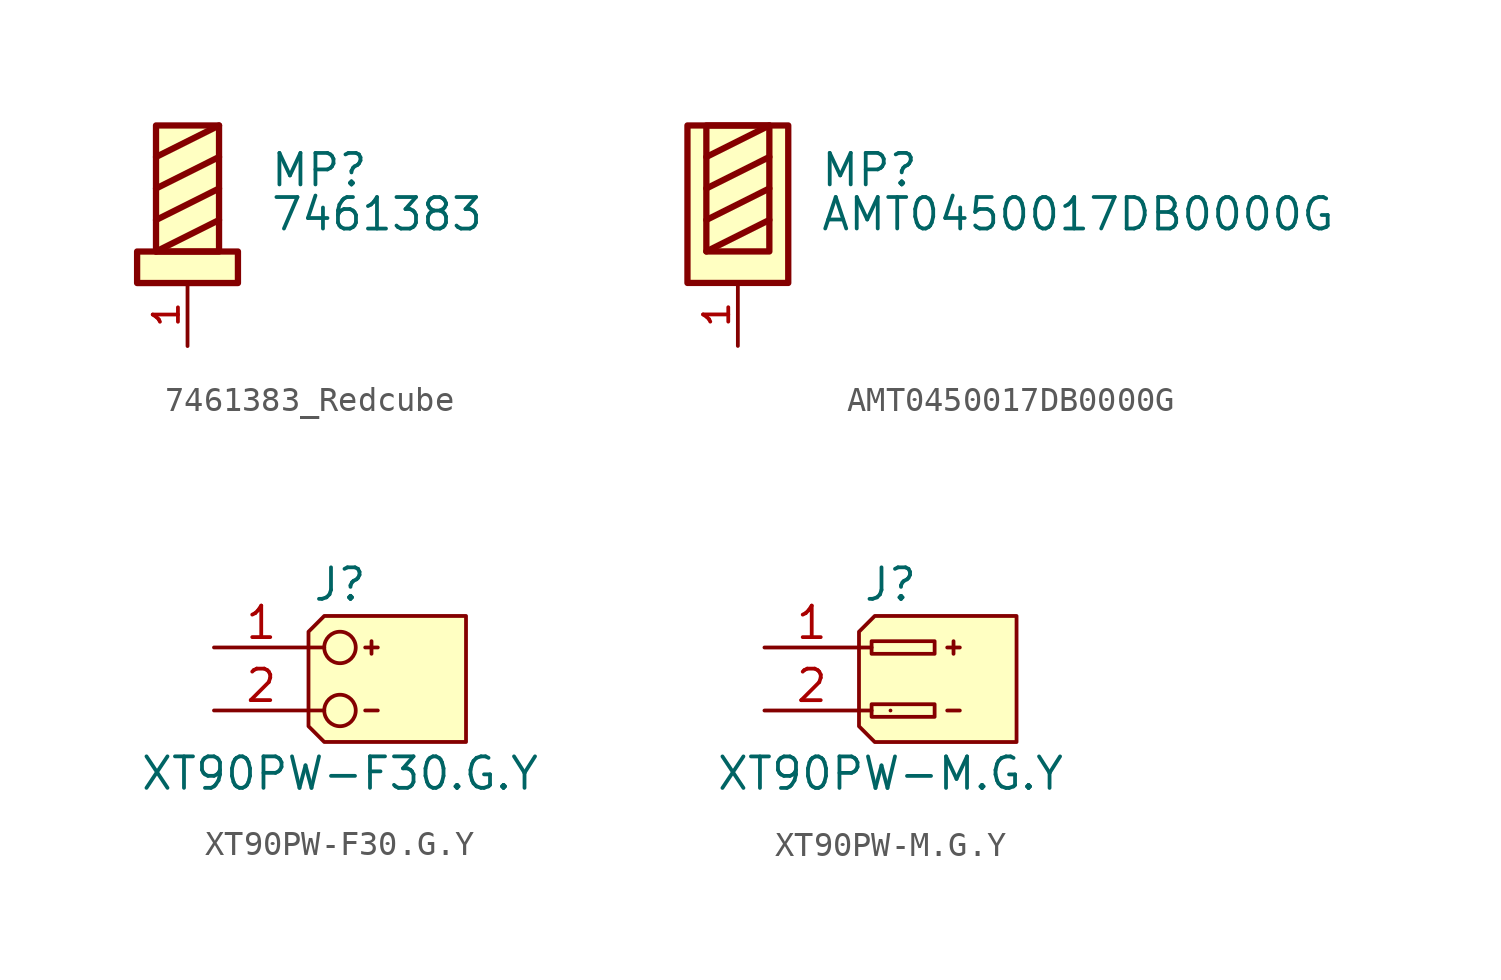
<source format=kicad_sym>
(kicad_symbol_lib
  (version 20241209)
  (generator "kicad_symbol_editor")
  (generator_version "9.0")
  (symbol "7461383_Redcube"
    (pin_names
      (offset 1.016))
    (property "Reference" "MP"
      (at 3.302 1.27 0)
      (effects (font (size 1.27 1.27)) (justify left bottom)))
    (property "Value" "7461383"
      (at 3.302 -0.508 0)
      (effects (font (size 1.27 1.27)) (justify left bottom)))
    (symbol "7461383_Redcube_0_0"
      (rectangle (start -2.032 -1.27) (end 2.032 -2.54) (stroke (width 0.254) (type default)) (fill (type background)))
      (rectangle (start -1.27 3.81) (end 1.27 -1.27) (stroke (width 0.254) (type default)) (fill (type background)))
      (polyline (pts (xy 1.27 3.81) (xy -1.27 2.54)) (stroke (width 0.254) (type default)) (fill (type none)))
      (polyline (pts (xy 1.27 2.54) (xy -1.27 1.27)) (stroke (width 0.254) (type default)) (fill (type none)))
      (polyline (pts (xy 1.27 1.27) (xy -1.27 0)) (stroke (width 0.254) (type default)) (fill (type none)))
      (polyline (pts (xy 1.27 0) (xy -1.27 -1.27)) (stroke (width 0.254) (type default)) (fill (type none)))
      (pin passive line (at 0 -5.08 90) (length 2.54) (name "~" (effects (font (size 1.016 1.016)))) (number "1" (effects (font (size 1.016 1.016)))))
      (pin passive line (at 0 -5.08 90) (length 2.54) (hide yes) (name "~" (effects (font (size 1.016 1.016)))) (number "10" (effects (font (size 1.016 1.016)))))
      (pin passive line (at 0 -5.08 90) (length 2.54) (hide yes) (name "~" (effects (font (size 1.016 1.016)))) (number "11" (effects (font (size 1.016 1.016)))))
      (pin passive line (at 0 -5.08 90) (length 2.54) (hide yes) (name "~" (effects (font (size 1.016 1.016)))) (number "12" (effects (font (size 1.016 1.016)))))
      (pin passive line (at 0 -5.08 90) (length 2.54) (hide yes) (name "~" (effects (font (size 1.016 1.016)))) (number "13" (effects (font (size 1.016 1.016)))))
      (pin passive line (at 0 -5.08 90) (length 2.54) (hide yes) (name "~" (effects (font (size 1.016 1.016)))) (number "14" (effects (font (size 1.016 1.016)))))
      (pin passive line (at 0 -5.08 90) (length 2.54) (hide yes) (name "~" (effects (font (size 1.016 1.016)))) (number "15" (effects (font (size 1.016 1.016)))))
      (pin passive line (at 0 -5.08 90) (length 2.54) (hide yes) (name "~" (effects (font (size 1.016 1.016)))) (number "16" (effects (font (size 1.016 1.016)))))
      (pin passive line (at 0 -5.08 90) (length 2.54) (hide yes) (name "~" (effects (font (size 1.016 1.016)))) (number "2" (effects (font (size 1.016 1.016)))))
      (pin passive line (at 0 -5.08 90) (length 2.54) (hide yes) (name "~" (effects (font (size 1.016 1.016)))) (number "3" (effects (font (size 1.016 1.016)))))
      (pin passive line (at 0 -5.08 90) (length 2.54) (hide yes) (name "~" (effects (font (size 1.016 1.016)))) (number "4" (effects (font (size 1.016 1.016)))))
      (pin passive line (at 0 -5.08 90) (length 2.54) (hide yes) (name "~" (effects (font (size 1.016 1.016)))) (number "5" (effects (font (size 1.016 1.016)))))
      (pin passive line (at 0 -5.08 90) (length 2.54) (hide yes) (name "~" (effects (font (size 1.016 1.016)))) (number "6" (effects (font (size 1.016 1.016)))))
      (pin passive line (at 0 -5.08 90) (length 2.54) (hide yes) (name "~" (effects (font (size 1.016 1.016)))) (number "7" (effects (font (size 1.016 1.016)))))
      (pin passive line (at 0 -5.08 90) (length 2.54) (hide yes) (name "~" (effects (font (size 1.016 1.016)))) (number "8" (effects (font (size 1.016 1.016)))))
      (pin passive line (at 0 -5.08 90) (length 2.54) (hide yes) (name "~" (effects (font (size 1.016 1.016)))) (number "9" (effects (font (size 1.016 1.016)))))))
  (symbol "AMT0450017DB0000G"
    (pin_names
      (offset 1.016))
    (property "Reference" "MP"
      (at 3.302 1.27 0)
      (effects (font (size 1.27 1.27)) (justify left bottom)))
    (property "Value" "AMT0450017DB0000G"
      (at 3.302 -0.508 0)
      (effects (font (size 1.27 1.27)) (justify left bottom)))
    (symbol "AMT0450017DB0000G_0_0"
      (rectangle (start -2.032 3.81) (end 2.032 -2.54) (stroke (width 0.254) (type default)) (fill (type background)))
      (rectangle (start -1.27 3.81) (end 1.27 -1.27) (stroke (width 0.254) (type default)) (fill (type background)))
      (polyline (pts (xy 1.27 3.81) (xy -1.27 2.54)) (stroke (width 0.254) (type default)) (fill (type none)))
      (polyline (pts (xy 1.27 2.54) (xy -1.27 1.27)) (stroke (width 0.254) (type default)) (fill (type none)))
      (polyline (pts (xy 1.27 1.27) (xy -1.27 0)) (stroke (width 0.254) (type default)) (fill (type none)))
      (polyline (pts (xy 1.27 0) (xy -1.27 -1.27)) (stroke (width 0.254) (type default)) (fill (type none)))
      (pin passive line (at 0 -5.08 90) (length 2.54) (name "~" (effects (font (size 1.016 1.016)))) (number "1" (effects (font (size 1.016 1.016)))))
      (pin passive line (at 0 -5.08 90) (length 2.54) (hide yes) (name "~" (effects (font (size 1.016 1.016)))) (number "10" (effects (font (size 1.016 1.016)))))
      (pin passive line (at 0 -5.08 90) (length 2.54) (hide yes) (name "~" (effects (font (size 1.016 1.016)))) (number "11" (effects (font (size 1.016 1.016)))))
      (pin passive line (at 0 -5.08 90) (length 2.54) (hide yes) (name "~" (effects (font (size 1.016 1.016)))) (number "12" (effects (font (size 1.016 1.016)))))
      (pin passive line (at 0 -5.08 90) (length 2.54) (hide yes) (name "~" (effects (font (size 1.016 1.016)))) (number "13" (effects (font (size 1.016 1.016)))))
      (pin passive line (at 0 -5.08 90) (length 2.54) (hide yes) (name "~" (effects (font (size 1.016 1.016)))) (number "14" (effects (font (size 1.016 1.016)))))
      (pin passive line (at 0 -5.08 90) (length 2.54) (hide yes) (name "~" (effects (font (size 1.016 1.016)))) (number "15" (effects (font (size 1.016 1.016)))))
      (pin passive line (at 0 -5.08 90) (length 2.54) (hide yes) (name "~" (effects (font (size 1.016 1.016)))) (number "16" (effects (font (size 1.016 1.016)))))
      (pin passive line (at 0 -5.08 90) (length 2.54) (hide yes) (name "~" (effects (font (size 1.016 1.016)))) (number "2" (effects (font (size 1.016 1.016)))))
      (pin passive line (at 0 -5.08 90) (length 2.54) (hide yes) (name "~" (effects (font (size 1.016 1.016)))) (number "3" (effects (font (size 1.016 1.016)))))
      (pin passive line (at 0 -5.08 90) (length 2.54) (hide yes) (name "~" (effects (font (size 1.016 1.016)))) (number "4" (effects (font (size 1.016 1.016)))))
      (pin passive line (at 0 -5.08 90) (length 2.54) (hide yes) (name "~" (effects (font (size 1.016 1.016)))) (number "5" (effects (font (size 1.016 1.016)))))
      (pin passive line (at 0 -5.08 90) (length 2.54) (hide yes) (name "~" (effects (font (size 1.016 1.016)))) (number "6" (effects (font (size 1.016 1.016)))))
      (pin passive line (at 0 -5.08 90) (length 2.54) (hide yes) (name "~" (effects (font (size 1.016 1.016)))) (number "7" (effects (font (size 1.016 1.016)))))
      (pin passive line (at 0 -5.08 90) (length 2.54) (hide yes) (name "~" (effects (font (size 1.016 1.016)))) (number "8" (effects (font (size 1.016 1.016)))))
      (pin passive line (at 0 -5.08 90) (length 2.54) (hide yes) (name "~" (effects (font (size 1.016 1.016)))) (number "9" (effects (font (size 1.016 1.016)))))))
  (symbol "XT90PW-F30.G.Y"
    (pin_names
      (offset 1.016)
      (hide yes))
    (property "Reference" "J"
      (at 0 2.54 0)
      (effects (font (size 1.27 1.27))))
    (property "Value" "XT90PW-F30.G.Y"
      (at 0 -5.08 0)
      (effects (font (size 1.27 1.27))))
    (symbol "XT90PW-F30.G.Y_0_1"
      (polyline (pts (xy -1.27 0) (xy -0.635 0)) (stroke (width 0) (type default)) (fill (type none)))
      (polyline (pts (xy -1.27 -2.54) (xy -0.635 -2.54)) (stroke (width 0) (type default)) (fill (type none)))
      (polyline (pts (xy 1.016 0) (xy 1.524 0)) (stroke (width 0) (type default)) (fill (type none)))
      (polyline (pts (xy 1.016 -2.54) (xy 1.524 -2.54)) (stroke (width 0) (type default)) (fill (type none)))
      (polyline (pts (xy 1.27 0.254) (xy 1.27 -0.254)) (stroke (width 0) (type default)) (fill (type none))))
    (symbol "XT90PW-F30.G.Y_1_1"
      (polyline (pts (xy -1.27 -2.54) (xy -1.27 -3.175) (xy -0.635 -3.81) (xy 5.08 -3.81) (xy 5.08 1.27) (xy -0.635 1.27) (xy -1.27 0.635) (xy -1.27 -2.54)) (stroke (width 0) (type solid)) (fill (type color) (color 255 255 194 1)))
      (circle (center 0 0) (radius 0.635) (stroke (width 0.152) (type default)) (fill (type none)))
      (circle (center 0 -2.54) (radius 0.635) (stroke (width 0.152) (type default)) (fill (type none)))
      (pin passive line (at -5.08 0 0) (length 3.81) (name "Pin_1" (effects (font (size 1.27 1.27)))) (number "1" (effects (font (size 1.27 1.27)))))
      (pin no_connect line (at -5.08 -1.27 0) (length 3.81) (hide yes) (name "S1" (effects (font (size 1.27 1.27)))) (number "S1" (effects (font (size 1.27 1.27)))))
      (pin no_connect line (at -5.08 -1.27 0) (length 3.81) (hide yes) (name "S2" (effects (font (size 1.27 1.27)))) (number "S2" (effects (font (size 1.27 1.27)))))
      (pin passive line (at -5.08 -2.54 0) (length 3.81) (name "Pin_2" (effects (font (size 1.27 1.27)))) (number "2" (effects (font (size 1.27 1.27)))))))
  (symbol "XT90PW-M.G.Y"
    (pin_names
      (offset 1.016)
      (hide yes))
    (property "Reference" "J"
      (at 0 2.54 0)
      (effects (font (size 1.27 1.27))))
    (property "Value" "XT90PW-M.G.Y"
      (at 0 -5.08 0)
      (effects (font (size 1.27 1.27))))
    (symbol "XT90PW-M.G.Y_0_1"
      (polyline (pts (xy -1.27 0) (xy -0.762 0)) (stroke (width 0) (type default)) (fill (type none)))
      (polyline (pts (xy -1.27 -2.54) (xy -0.762 -2.54)) (stroke (width 0) (type default)) (fill (type none)))
      (arc (start 0 -2.54) (mid 0 -2.54) (end 0 -2.54) (stroke (width 0) (type default)) (fill (type none)))
      (polyline (pts (xy 2.286 0) (xy 2.794 0)) (stroke (width 0) (type default)) (fill (type none)))
      (polyline (pts (xy 2.286 -2.54) (xy 2.794 -2.54)) (stroke (width 0) (type default)) (fill (type none)))
      (polyline (pts (xy 2.54 0.254) (xy 2.54 -0.254)) (stroke (width 0) (type default)) (fill (type none))))
    (symbol "XT90PW-M.G.Y_1_1"
      (polyline (pts (xy -1.27 -2.54) (xy -1.27 -3.175) (xy -0.635 -3.81) (xy 5.08 -3.81) (xy 5.08 1.27) (xy -0.635 1.27) (xy -1.27 0.635) (xy -1.27 -2.54)) (stroke (width 0) (type solid)) (fill (type color) (color 255 255 194 1)))
      (rectangle (start -0.762 0.254) (end 1.778 -0.254) (stroke (width 0) (type default)) (fill (type none)))
      (rectangle (start -0.762 -2.286) (end 1.778 -2.794) (stroke (width 0) (type default)) (fill (type none)))
      (pin passive line (at -5.08 0 0) (length 3.81) (name "Pin_1" (effects (font (size 1.27 1.27)))) (number "1" (effects (font (size 1.27 1.27)))))
      (pin passive line (at -5.08 -2.54 0) (length 3.81) (name "Pin_2" (effects (font (size 1.27 1.27)))) (number "2" (effects (font (size 1.27 1.27))))))))
</source>
